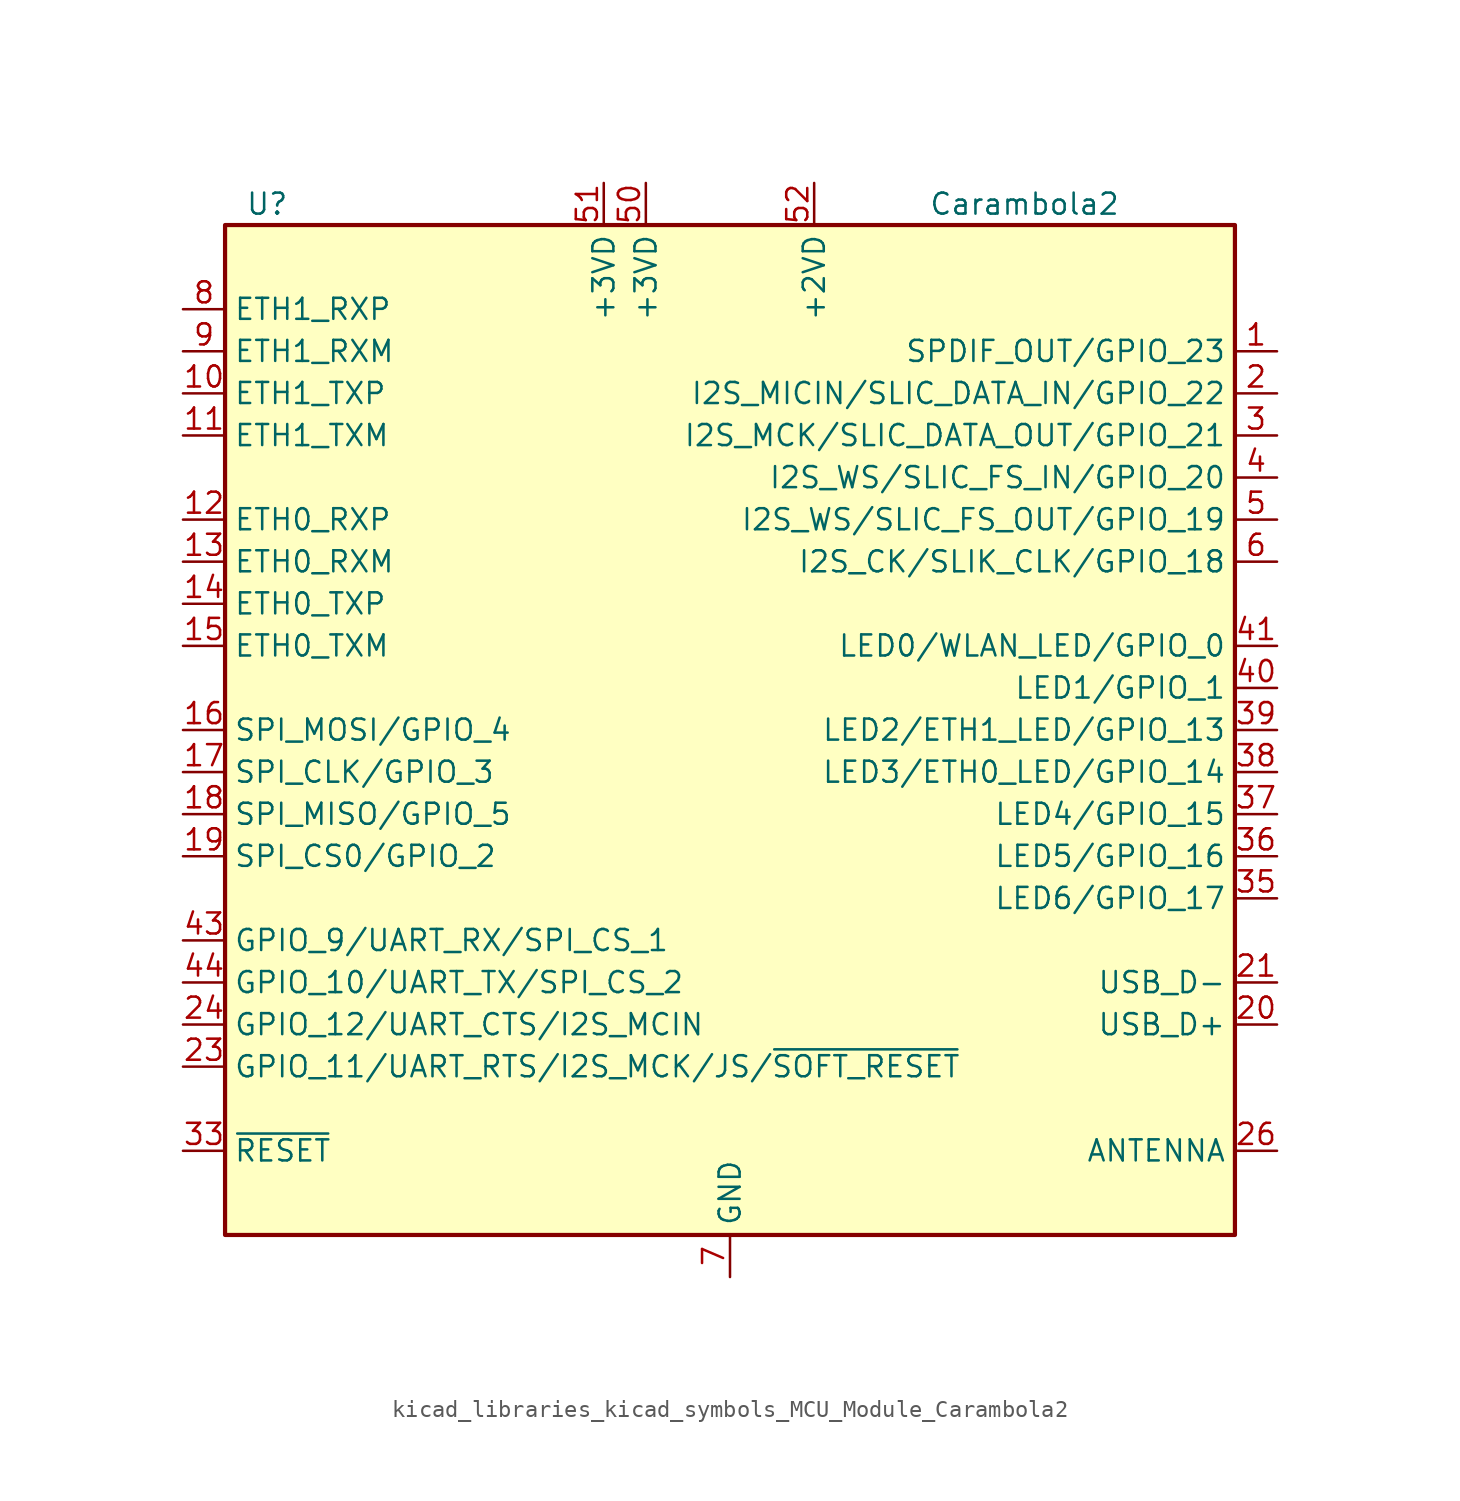
<source format=kicad_sym>
(kicad_symbol_lib
  (version 20220914)
  (generator kicad_symbol_editor)
  (symbol "kicad_libraries_kicad_symbols_MCU_Module_Carambola2"
    (property "Reference" "U"
      (at -27.94 31.75 0)
      (effects (font (size 1.27 1.27))))
    (property "Value" "Carambola2"
      (at 17.78 31.75 0)
      (effects (font (size 1.27 1.27))))
    (symbol "kicad_libraries_kicad_symbols_MCU_Module_Carambola2_0_1"
      (rectangle (start -30.48 30.48) (end 30.48 -30.48) (stroke (width 0.254) (type default)) (fill (type background))))
    (symbol "kicad_libraries_kicad_symbols_MCU_Module_Carambola2_1_1"
      (pin bidirectional line (at 33.02 22.86 180) (length 2.54) (name "SPDIF_OUT/GPIO_23" (effects (font (size 1.27 1.27)))) (number "1" (effects (font (size 1.27 1.27)))))
      (pin output line (at -33.02 20.32 0) (length 2.54) (name "ETH1_TXP" (effects (font (size 1.27 1.27)))) (number "10" (effects (font (size 1.27 1.27)))))
      (pin output line (at -33.02 17.78 0) (length 2.54) (name "ETH1_TXM" (effects (font (size 1.27 1.27)))) (number "11" (effects (font (size 1.27 1.27)))))
      (pin input line (at -33.02 12.7 0) (length 2.54) (name "ETH0_RXP" (effects (font (size 1.27 1.27)))) (number "12" (effects (font (size 1.27 1.27)))))
      (pin input line (at -33.02 10.16 0) (length 2.54) (name "ETH0_RXM" (effects (font (size 1.27 1.27)))) (number "13" (effects (font (size 1.27 1.27)))))
      (pin output line (at -33.02 7.62 0) (length 2.54) (name "ETH0_TXP" (effects (font (size 1.27 1.27)))) (number "14" (effects (font (size 1.27 1.27)))))
      (pin output line (at -33.02 5.08 0) (length 2.54) (name "ETH0_TXM" (effects (font (size 1.27 1.27)))) (number "15" (effects (font (size 1.27 1.27)))))
      (pin bidirectional line (at -33.02 0 0) (length 2.54) (name "SPI_MOSI/GPIO_4" (effects (font (size 1.27 1.27)))) (number "16" (effects (font (size 1.27 1.27)))))
      (pin bidirectional line (at -33.02 -2.54 0) (length 2.54) (name "SPI_CLK/GPIO_3" (effects (font (size 1.27 1.27)))) (number "17" (effects (font (size 1.27 1.27)))))
      (pin bidirectional line (at -33.02 -5.08 0) (length 2.54) (name "SPI_MISO/GPIO_5" (effects (font (size 1.27 1.27)))) (number "18" (effects (font (size 1.27 1.27)))))
      (pin bidirectional line (at -33.02 -7.62 0) (length 2.54) (name "SPI_CS0/GPIO_2" (effects (font (size 1.27 1.27)))) (number "19" (effects (font (size 1.27 1.27)))))
      (pin bidirectional line (at 33.02 20.32 180) (length 2.54) (name "I2S_MICIN/SLIC_DATA_IN/GPIO_22" (effects (font (size 1.27 1.27)))) (number "2" (effects (font (size 1.27 1.27)))))
      (pin bidirectional line (at 33.02 -17.78 180) (length 2.54) (name "USB_D+" (effects (font (size 1.27 1.27)))) (number "20" (effects (font (size 1.27 1.27)))))
      (pin bidirectional line (at 33.02 -15.24 180) (length 2.54) (name "USB_D-" (effects (font (size 1.27 1.27)))) (number "21" (effects (font (size 1.27 1.27)))))
      (pin passive line (at 0 -33.02 90) (length 2.54) hide (name "GND" (effects (font (size 1.27 1.27)))) (number "22" (effects (font (size 1.27 1.27)))))
      (pin output line (at -33.02 -20.32 0) (length 2.54) (name "GPIO_11/UART_RTS/I2S_MCK/JS/~{SOFT_RESET}" (effects (font (size 1.27 1.27)))) (number "23" (effects (font (size 1.27 1.27)))))
      (pin input line (at -33.02 -17.78 0) (length 2.54) (name "GPIO_12/UART_CTS/I2S_MCIN" (effects (font (size 1.27 1.27)))) (number "24" (effects (font (size 1.27 1.27)))))
      (pin passive line (at 0 -33.02 90) (length 2.54) hide (name "GND" (effects (font (size 1.27 1.27)))) (number "25" (effects (font (size 1.27 1.27)))))
      (pin passive line (at 33.02 -25.4 180) (length 2.54) (name "ANTENNA" (effects (font (size 1.27 1.27)))) (number "26" (effects (font (size 1.27 1.27)))))
      (pin passive line (at 0 -33.02 90) (length 2.54) hide (name "GND" (effects (font (size 1.27 1.27)))) (number "27" (effects (font (size 1.27 1.27)))))
      (pin passive line (at 0 -33.02 90) (length 2.54) hide (name "GND" (effects (font (size 1.27 1.27)))) (number "28" (effects (font (size 1.27 1.27)))))
      (pin passive line (at 0 -33.02 90) (length 2.54) hide (name "GND" (effects (font (size 1.27 1.27)))) (number "29" (effects (font (size 1.27 1.27)))))
      (pin bidirectional line (at 33.02 17.78 180) (length 2.54) (name "I2S_MCK/SLIC_DATA_OUT/GPIO_21" (effects (font (size 1.27 1.27)))) (number "3" (effects (font (size 1.27 1.27)))))
      (pin passive line (at 0 -33.02 90) (length 2.54) hide (name "GND" (effects (font (size 1.27 1.27)))) (number "30" (effects (font (size 1.27 1.27)))))
      (pin passive line (at 0 -33.02 90) (length 2.54) hide (name "GND" (effects (font (size 1.27 1.27)))) (number "31" (effects (font (size 1.27 1.27)))))
      (pin passive line (at 0 -33.02 90) (length 2.54) hide (name "GND" (effects (font (size 1.27 1.27)))) (number "32" (effects (font (size 1.27 1.27)))))
      (pin input line (at -33.02 -25.4 0) (length 2.54) (name "~{RESET}" (effects (font (size 1.27 1.27)))) (number "33" (effects (font (size 1.27 1.27)))))
      (pin passive line (at 0 -33.02 90) (length 2.54) hide (name "GND" (effects (font (size 1.27 1.27)))) (number "34" (effects (font (size 1.27 1.27)))))
      (pin bidirectional line (at 33.02 -10.16 180) (length 2.54) (name "LED6/GPIO_17" (effects (font (size 1.27 1.27)))) (number "35" (effects (font (size 1.27 1.27)))))
      (pin bidirectional line (at 33.02 -7.62 180) (length 2.54) (name "LED5/GPIO_16" (effects (font (size 1.27 1.27)))) (number "36" (effects (font (size 1.27 1.27)))))
      (pin bidirectional line (at 33.02 -5.08 180) (length 2.54) (name "LED4/GPIO_15" (effects (font (size 1.27 1.27)))) (number "37" (effects (font (size 1.27 1.27)))))
      (pin bidirectional line (at 33.02 -2.54 180) (length 2.54) (name "LED3/ETH0_LED/GPIO_14" (effects (font (size 1.27 1.27)))) (number "38" (effects (font (size 1.27 1.27)))))
      (pin bidirectional line (at 33.02 0 180) (length 2.54) (name "LED2/ETH1_LED/GPIO_13" (effects (font (size 1.27 1.27)))) (number "39" (effects (font (size 1.27 1.27)))))
      (pin bidirectional line (at 33.02 15.24 180) (length 2.54) (name "I2S_WS/SLIC_FS_IN/GPIO_20" (effects (font (size 1.27 1.27)))) (number "4" (effects (font (size 1.27 1.27)))))
      (pin bidirectional line (at 33.02 2.54 180) (length 2.54) (name "LED1/GPIO_1" (effects (font (size 1.27 1.27)))) (number "40" (effects (font (size 1.27 1.27)))))
      (pin bidirectional line (at 33.02 5.08 180) (length 2.54) (name "LED0/WLAN_LED/GPIO_0" (effects (font (size 1.27 1.27)))) (number "41" (effects (font (size 1.27 1.27)))))
      (pin passive line (at 0 -33.02 90) (length 2.54) hide (name "GND" (effects (font (size 1.27 1.27)))) (number "42" (effects (font (size 1.27 1.27)))))
      (pin bidirectional line (at -33.02 -12.7 0) (length 2.54) (name "GPIO_9/UART_RX/SPI_CS_1" (effects (font (size 1.27 1.27)))) (number "43" (effects (font (size 1.27 1.27)))))
      (pin bidirectional line (at -33.02 -15.24 0) (length 2.54) (name "GPIO_10/UART_TX/SPI_CS_2" (effects (font (size 1.27 1.27)))) (number "44" (effects (font (size 1.27 1.27)))))
      (pin passive line (at 0 -33.02 90) (length 2.54) hide (name "GND" (effects (font (size 1.27 1.27)))) (number "45" (effects (font (size 1.27 1.27)))))
      (pin passive line (at 0 -33.02 90) (length 2.54) hide (name "GND" (effects (font (size 1.27 1.27)))) (number "46" (effects (font (size 1.27 1.27)))))
      (pin passive line (at 0 -33.02 90) (length 2.54) hide (name "GND" (effects (font (size 1.27 1.27)))) (number "47" (effects (font (size 1.27 1.27)))))
      (pin passive line (at 0 -33.02 90) (length 2.54) hide (name "GND" (effects (font (size 1.27 1.27)))) (number "48" (effects (font (size 1.27 1.27)))))
      (pin passive line (at 0 -33.02 90) (length 2.54) hide (name "GND" (effects (font (size 1.27 1.27)))) (number "49" (effects (font (size 1.27 1.27)))))
      (pin bidirectional line (at 33.02 12.7 180) (length 2.54) (name "I2S_WS/SLIC_FS_OUT/GPIO_19" (effects (font (size 1.27 1.27)))) (number "5" (effects (font (size 1.27 1.27)))))
      (pin power_in line (at -5.08 33.02 270) (length 2.54) (name "+3VD" (effects (font (size 1.27 1.27)))) (number "50" (effects (font (size 1.27 1.27)))))
      (pin power_in line (at -7.62 33.02 270) (length 2.54) (name "+3VD" (effects (font (size 1.27 1.27)))) (number "51" (effects (font (size 1.27 1.27)))))
      (pin power_out line (at 5.08 33.02 270) (length 2.54) (name "+2VD" (effects (font (size 1.27 1.27)))) (number "52" (effects (font (size 1.27 1.27)))))
      (pin bidirectional line (at 33.02 10.16 180) (length 2.54) (name "I2S_CK/SLIK_CLK/GPIO_18" (effects (font (size 1.27 1.27)))) (number "6" (effects (font (size 1.27 1.27)))))
      (pin power_in line (at 0 -33.02 90) (length 2.54) (name "GND" (effects (font (size 1.27 1.27)))) (number "7" (effects (font (size 1.27 1.27)))))
      (pin input line (at -33.02 25.4 0) (length 2.54) (name "ETH1_RXP" (effects (font (size 1.27 1.27)))) (number "8" (effects (font (size 1.27 1.27)))))
      (pin input line (at -33.02 22.86 0) (length 2.54) (name "ETH1_RXM" (effects (font (size 1.27 1.27)))) (number "9" (effects (font (size 1.27 1.27))))))))
</source>
